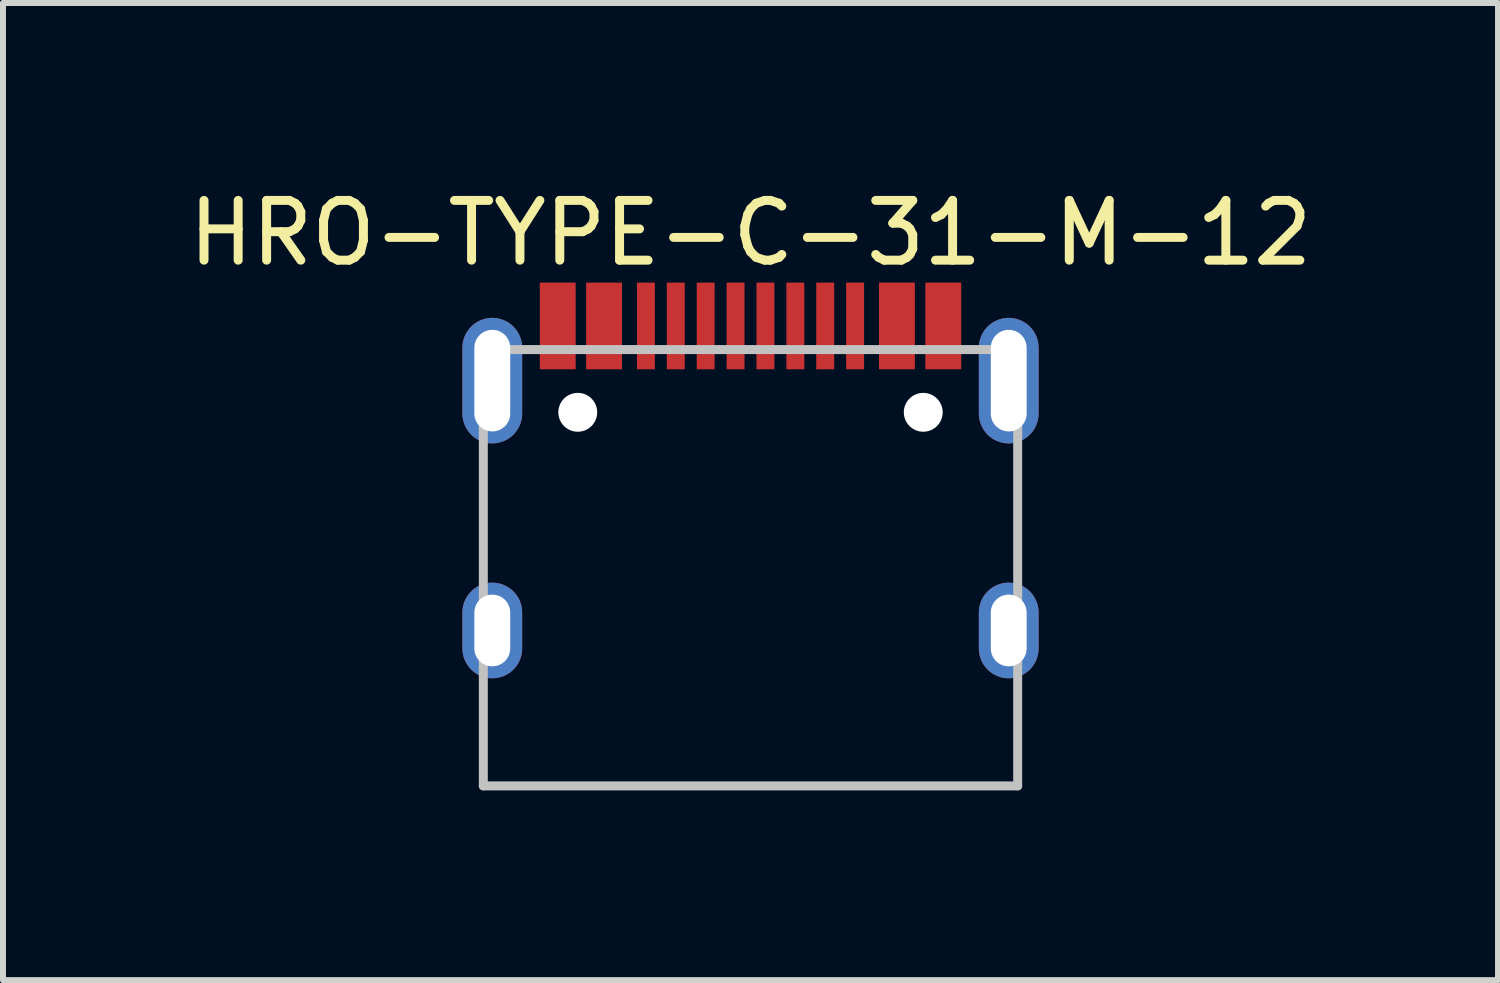
<source format=kicad_pcb>
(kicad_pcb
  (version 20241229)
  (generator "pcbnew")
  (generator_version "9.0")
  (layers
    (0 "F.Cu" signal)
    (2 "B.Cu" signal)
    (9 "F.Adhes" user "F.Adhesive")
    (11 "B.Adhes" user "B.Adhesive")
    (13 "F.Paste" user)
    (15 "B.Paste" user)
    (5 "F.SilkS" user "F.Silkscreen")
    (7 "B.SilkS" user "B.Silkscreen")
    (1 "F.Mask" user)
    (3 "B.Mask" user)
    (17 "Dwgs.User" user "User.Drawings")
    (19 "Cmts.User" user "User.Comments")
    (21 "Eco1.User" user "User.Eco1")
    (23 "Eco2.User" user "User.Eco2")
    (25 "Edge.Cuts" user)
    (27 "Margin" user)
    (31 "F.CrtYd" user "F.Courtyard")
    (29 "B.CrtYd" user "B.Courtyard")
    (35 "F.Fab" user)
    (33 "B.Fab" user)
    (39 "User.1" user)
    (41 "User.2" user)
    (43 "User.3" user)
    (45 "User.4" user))
  (footprint "HRO-TYPE-C-31-M-12"
    (layer "F.Cu")
    (at 9.506 10.098)
    (property "Reference" "HRO-TYPE-C-31-M-12" (at 0 -9.25 0) (layer "F.SilkS") (effects (font (size 1 1) (thickness 0.15))))
    (attr smd)
    (fp_line (start -4.47 -7.3) (end 4.47 -7.3) (stroke (width 0.15) (type solid)) (layer "Dwgs.User"))
    (fp_line (start -4.47 0) (end -4.47 -7.3) (stroke (width 0.15) (type solid)) (layer "Dwgs.User"))
    (fp_line (start -4.47 0) (end 4.47 0) (stroke (width 0.15) (type solid)) (layer "Dwgs.User"))
    (fp_line (start 4.47 0) (end 4.47 -7.3) (stroke (width 0.15) (type solid)) (layer "Dwgs.User"))
    (pad "" np_thru_hole circle (at -2.89 -6.25) (size 0.65 0.65) (drill 0.65) (layers "*.Cu" "*.Mask"))
    (pad "" np_thru_hole circle (at 2.89 -6.25) (size 0.65 0.65) (drill 0.65) (layers "*.Cu" "*.Mask"))
    (pad "A1" smd rect (at -3.225 -7.695) (size 0.6 1.45) (layers "F.Cu" "F.Mask" "F.Paste"))
    (pad "A4" smd rect (at -2.45 -7.695) (size 0.6 1.45) (layers "F.Cu" "F.Mask" "F.Paste"))
    (pad "A5" smd rect (at -1.25 -7.695) (size 0.3 1.45) (layers "F.Cu" "F.Mask" "F.Paste"))
    (pad "A6" smd rect (at -0.25 -7.695) (size 0.3 1.45) (layers "F.Cu" "F.Mask" "F.Paste"))
    (pad "A7" smd rect (at 0.25 -7.695) (size 0.3 1.45) (layers "F.Cu" "F.Mask" "F.Paste"))
    (pad "A8" smd rect (at 1.25 -7.695) (size 0.3 1.45) (layers "F.Cu" "F.Mask" "F.Paste"))
    (pad "A12" smd rect (at 3.225 -7.695) (size 0.6 1.45) (layers "F.Cu" "F.Mask" "F.Paste"))
    (pad "B5" smd rect (at 1.75 -7.695) (size 0.3 1.45) (layers "F.Cu" "F.Mask" "F.Paste"))
    (pad "B6" smd rect (at 0.75 -7.695) (size 0.3 1.45) (layers "F.Cu" "F.Mask" "F.Paste"))
    (pad "B7" smd rect (at -0.75 -7.695) (size 0.3 1.45) (layers "F.Cu" "F.Mask" "F.Paste"))
    (pad "B8" smd rect (at -1.75 -7.695) (size 0.3 1.45) (layers "F.Cu" "F.Mask" "F.Paste"))
    (pad "B9" smd rect (at 2.45 -7.695) (size 0.6 1.45) (layers "F.Cu" "F.Mask" "F.Paste"))
    (pad "S1" thru_hole oval (at -4.32 -6.78) (size 1 2.1) (drill oval 0.6 1.7) (layers "*.Cu" "B.Mask"))
    (pad "S1" thru_hole oval (at -4.32 -2.6) (size 1 1.6) (drill oval 0.6 1.2) (layers "*.Cu" "B.Mask"))
    (pad "S1" thru_hole oval (at 4.32 -6.78) (size 1 2.1) (drill oval 0.6 1.7) (layers "*.Cu" "B.Mask"))
    (pad "S1" thru_hole oval (at 4.32 -2.6) (size 1 1.6) (drill oval 0.6 1.2) (layers "*.Cu" "B.Mask")))
  (gr_rect
    (start -3 -3)
    (end 22.012 13.348)
    (stroke (width 0.1) (type default))
    (fill no)
    (layer "Edge.Cuts")))
</source>
